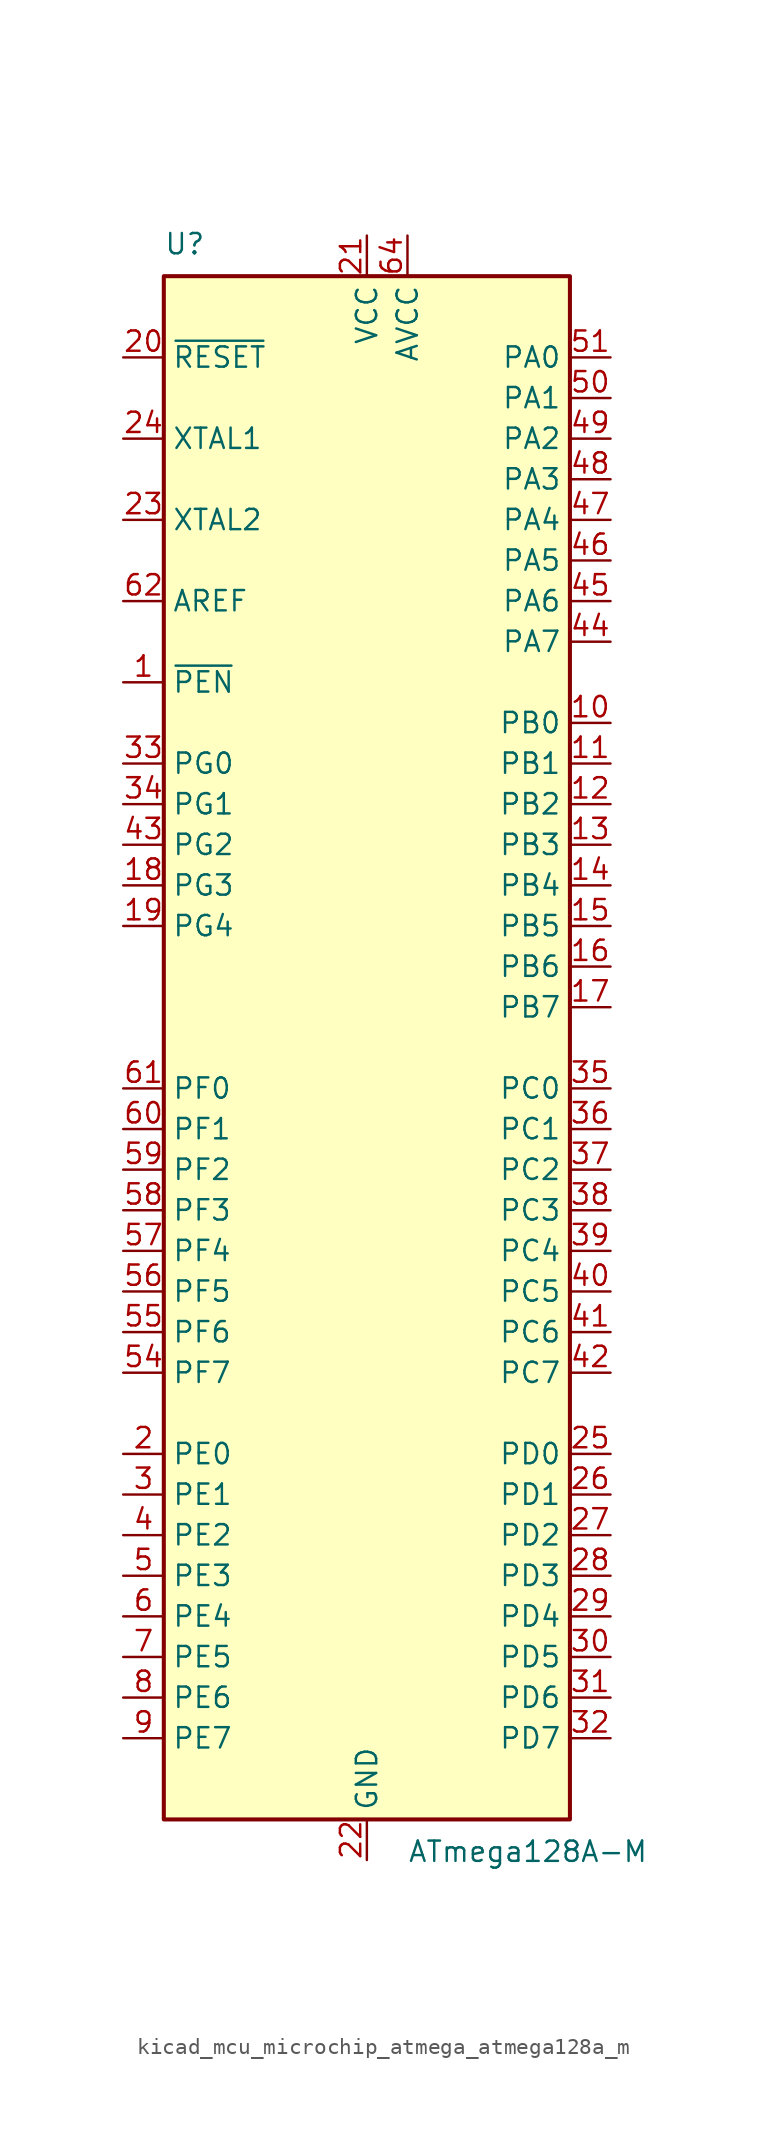
<source format=kicad_sym>
(kicad_symbol_lib
  (version 20220914)
  (generator kicad_symbol_editor)
  (symbol "kicad_mcu_microchip_atmega_atmega128a_m"
    (property "Reference" "U"
      (at -12.7 49.53 0)
      (effects (font (size 1.27 1.27)) (justify left bottom)))
    (property "Value" "ATmega128A-M"
      (at 2.54 -49.53 0)
      (effects (font (size 1.27 1.27)) (justify left top)))
    (symbol "kicad_mcu_microchip_atmega_atmega128a_m_0_1"
      (rectangle (start -12.7 -48.26) (end 12.7 48.26) (stroke (width 0.254) (type default)) (fill (type background))))
    (symbol "kicad_mcu_microchip_atmega_atmega128a_m_1_1"
      (pin input line (at -15.24 22.86 0) (length 2.54) (name "~{PEN}" (effects (font (size 1.27 1.27)))) (number "1" (effects (font (size 1.27 1.27)))))
      (pin bidirectional line (at 15.24 20.32 180) (length 2.54) (name "PB0" (effects (font (size 1.27 1.27)))) (number "10" (effects (font (size 1.27 1.27)))))
      (pin bidirectional line (at 15.24 17.78 180) (length 2.54) (name "PB1" (effects (font (size 1.27 1.27)))) (number "11" (effects (font (size 1.27 1.27)))))
      (pin bidirectional line (at 15.24 15.24 180) (length 2.54) (name "PB2" (effects (font (size 1.27 1.27)))) (number "12" (effects (font (size 1.27 1.27)))))
      (pin bidirectional line (at 15.24 12.7 180) (length 2.54) (name "PB3" (effects (font (size 1.27 1.27)))) (number "13" (effects (font (size 1.27 1.27)))))
      (pin bidirectional line (at 15.24 10.16 180) (length 2.54) (name "PB4" (effects (font (size 1.27 1.27)))) (number "14" (effects (font (size 1.27 1.27)))))
      (pin bidirectional line (at 15.24 7.62 180) (length 2.54) (name "PB5" (effects (font (size 1.27 1.27)))) (number "15" (effects (font (size 1.27 1.27)))))
      (pin bidirectional line (at 15.24 5.08 180) (length 2.54) (name "PB6" (effects (font (size 1.27 1.27)))) (number "16" (effects (font (size 1.27 1.27)))))
      (pin bidirectional line (at 15.24 2.54 180) (length 2.54) (name "PB7" (effects (font (size 1.27 1.27)))) (number "17" (effects (font (size 1.27 1.27)))))
      (pin bidirectional line (at -15.24 10.16 0) (length 2.54) (name "PG3" (effects (font (size 1.27 1.27)))) (number "18" (effects (font (size 1.27 1.27)))))
      (pin bidirectional line (at -15.24 7.62 0) (length 2.54) (name "PG4" (effects (font (size 1.27 1.27)))) (number "19" (effects (font (size 1.27 1.27)))))
      (pin bidirectional line (at -15.24 -25.4 0) (length 2.54) (name "PE0" (effects (font (size 1.27 1.27)))) (number "2" (effects (font (size 1.27 1.27)))))
      (pin input line (at -15.24 43.18 0) (length 2.54) (name "~{RESET}" (effects (font (size 1.27 1.27)))) (number "20" (effects (font (size 1.27 1.27)))))
      (pin power_in line (at 0 50.8 270) (length 2.54) (name "VCC" (effects (font (size 1.27 1.27)))) (number "21" (effects (font (size 1.27 1.27)))))
      (pin power_in line (at 0 -50.8 90) (length 2.54) (name "GND" (effects (font (size 1.27 1.27)))) (number "22" (effects (font (size 1.27 1.27)))))
      (pin output line (at -15.24 33.02 0) (length 2.54) (name "XTAL2" (effects (font (size 1.27 1.27)))) (number "23" (effects (font (size 1.27 1.27)))))
      (pin input line (at -15.24 38.1 0) (length 2.54) (name "XTAL1" (effects (font (size 1.27 1.27)))) (number "24" (effects (font (size 1.27 1.27)))))
      (pin bidirectional line (at 15.24 -25.4 180) (length 2.54) (name "PD0" (effects (font (size 1.27 1.27)))) (number "25" (effects (font (size 1.27 1.27)))))
      (pin bidirectional line (at 15.24 -27.94 180) (length 2.54) (name "PD1" (effects (font (size 1.27 1.27)))) (number "26" (effects (font (size 1.27 1.27)))))
      (pin bidirectional line (at 15.24 -30.48 180) (length 2.54) (name "PD2" (effects (font (size 1.27 1.27)))) (number "27" (effects (font (size 1.27 1.27)))))
      (pin bidirectional line (at 15.24 -33.02 180) (length 2.54) (name "PD3" (effects (font (size 1.27 1.27)))) (number "28" (effects (font (size 1.27 1.27)))))
      (pin bidirectional line (at 15.24 -35.56 180) (length 2.54) (name "PD4" (effects (font (size 1.27 1.27)))) (number "29" (effects (font (size 1.27 1.27)))))
      (pin bidirectional line (at -15.24 -27.94 0) (length 2.54) (name "PE1" (effects (font (size 1.27 1.27)))) (number "3" (effects (font (size 1.27 1.27)))))
      (pin bidirectional line (at 15.24 -38.1 180) (length 2.54) (name "PD5" (effects (font (size 1.27 1.27)))) (number "30" (effects (font (size 1.27 1.27)))))
      (pin bidirectional line (at 15.24 -40.64 180) (length 2.54) (name "PD6" (effects (font (size 1.27 1.27)))) (number "31" (effects (font (size 1.27 1.27)))))
      (pin bidirectional line (at 15.24 -43.18 180) (length 2.54) (name "PD7" (effects (font (size 1.27 1.27)))) (number "32" (effects (font (size 1.27 1.27)))))
      (pin bidirectional line (at -15.24 17.78 0) (length 2.54) (name "PG0" (effects (font (size 1.27 1.27)))) (number "33" (effects (font (size 1.27 1.27)))))
      (pin bidirectional line (at -15.24 15.24 0) (length 2.54) (name "PG1" (effects (font (size 1.27 1.27)))) (number "34" (effects (font (size 1.27 1.27)))))
      (pin bidirectional line (at 15.24 -2.54 180) (length 2.54) (name "PC0" (effects (font (size 1.27 1.27)))) (number "35" (effects (font (size 1.27 1.27)))))
      (pin bidirectional line (at 15.24 -5.08 180) (length 2.54) (name "PC1" (effects (font (size 1.27 1.27)))) (number "36" (effects (font (size 1.27 1.27)))))
      (pin bidirectional line (at 15.24 -7.62 180) (length 2.54) (name "PC2" (effects (font (size 1.27 1.27)))) (number "37" (effects (font (size 1.27 1.27)))))
      (pin bidirectional line (at 15.24 -10.16 180) (length 2.54) (name "PC3" (effects (font (size 1.27 1.27)))) (number "38" (effects (font (size 1.27 1.27)))))
      (pin bidirectional line (at 15.24 -12.7 180) (length 2.54) (name "PC4" (effects (font (size 1.27 1.27)))) (number "39" (effects (font (size 1.27 1.27)))))
      (pin bidirectional line (at -15.24 -30.48 0) (length 2.54) (name "PE2" (effects (font (size 1.27 1.27)))) (number "4" (effects (font (size 1.27 1.27)))))
      (pin bidirectional line (at 15.24 -15.24 180) (length 2.54) (name "PC5" (effects (font (size 1.27 1.27)))) (number "40" (effects (font (size 1.27 1.27)))))
      (pin bidirectional line (at 15.24 -17.78 180) (length 2.54) (name "PC6" (effects (font (size 1.27 1.27)))) (number "41" (effects (font (size 1.27 1.27)))))
      (pin bidirectional line (at 15.24 -20.32 180) (length 2.54) (name "PC7" (effects (font (size 1.27 1.27)))) (number "42" (effects (font (size 1.27 1.27)))))
      (pin bidirectional line (at -15.24 12.7 0) (length 2.54) (name "PG2" (effects (font (size 1.27 1.27)))) (number "43" (effects (font (size 1.27 1.27)))))
      (pin bidirectional line (at 15.24 25.4 180) (length 2.54) (name "PA7" (effects (font (size 1.27 1.27)))) (number "44" (effects (font (size 1.27 1.27)))))
      (pin bidirectional line (at 15.24 27.94 180) (length 2.54) (name "PA6" (effects (font (size 1.27 1.27)))) (number "45" (effects (font (size 1.27 1.27)))))
      (pin bidirectional line (at 15.24 30.48 180) (length 2.54) (name "PA5" (effects (font (size 1.27 1.27)))) (number "46" (effects (font (size 1.27 1.27)))))
      (pin bidirectional line (at 15.24 33.02 180) (length 2.54) (name "PA4" (effects (font (size 1.27 1.27)))) (number "47" (effects (font (size 1.27 1.27)))))
      (pin bidirectional line (at 15.24 35.56 180) (length 2.54) (name "PA3" (effects (font (size 1.27 1.27)))) (number "48" (effects (font (size 1.27 1.27)))))
      (pin bidirectional line (at 15.24 38.1 180) (length 2.54) (name "PA2" (effects (font (size 1.27 1.27)))) (number "49" (effects (font (size 1.27 1.27)))))
      (pin bidirectional line (at -15.24 -33.02 0) (length 2.54) (name "PE3" (effects (font (size 1.27 1.27)))) (number "5" (effects (font (size 1.27 1.27)))))
      (pin bidirectional line (at 15.24 40.64 180) (length 2.54) (name "PA1" (effects (font (size 1.27 1.27)))) (number "50" (effects (font (size 1.27 1.27)))))
      (pin bidirectional line (at 15.24 43.18 180) (length 2.54) (name "PA0" (effects (font (size 1.27 1.27)))) (number "51" (effects (font (size 1.27 1.27)))))
      (pin passive line (at 0 50.8 270) (length 2.54) hide (name "VCC" (effects (font (size 1.27 1.27)))) (number "52" (effects (font (size 1.27 1.27)))))
      (pin passive line (at 0 -50.8 90) (length 2.54) hide (name "GND" (effects (font (size 1.27 1.27)))) (number "53" (effects (font (size 1.27 1.27)))))
      (pin bidirectional line (at -15.24 -20.32 0) (length 2.54) (name "PF7" (effects (font (size 1.27 1.27)))) (number "54" (effects (font (size 1.27 1.27)))))
      (pin bidirectional line (at -15.24 -17.78 0) (length 2.54) (name "PF6" (effects (font (size 1.27 1.27)))) (number "55" (effects (font (size 1.27 1.27)))))
      (pin bidirectional line (at -15.24 -15.24 0) (length 2.54) (name "PF5" (effects (font (size 1.27 1.27)))) (number "56" (effects (font (size 1.27 1.27)))))
      (pin bidirectional line (at -15.24 -12.7 0) (length 2.54) (name "PF4" (effects (font (size 1.27 1.27)))) (number "57" (effects (font (size 1.27 1.27)))))
      (pin bidirectional line (at -15.24 -10.16 0) (length 2.54) (name "PF3" (effects (font (size 1.27 1.27)))) (number "58" (effects (font (size 1.27 1.27)))))
      (pin bidirectional line (at -15.24 -7.62 0) (length 2.54) (name "PF2" (effects (font (size 1.27 1.27)))) (number "59" (effects (font (size 1.27 1.27)))))
      (pin bidirectional line (at -15.24 -35.56 0) (length 2.54) (name "PE4" (effects (font (size 1.27 1.27)))) (number "6" (effects (font (size 1.27 1.27)))))
      (pin bidirectional line (at -15.24 -5.08 0) (length 2.54) (name "PF1" (effects (font (size 1.27 1.27)))) (number "60" (effects (font (size 1.27 1.27)))))
      (pin bidirectional line (at -15.24 -2.54 0) (length 2.54) (name "PF0" (effects (font (size 1.27 1.27)))) (number "61" (effects (font (size 1.27 1.27)))))
      (pin passive line (at -15.24 27.94 0) (length 2.54) (name "AREF" (effects (font (size 1.27 1.27)))) (number "62" (effects (font (size 1.27 1.27)))))
      (pin passive line (at 0 -50.8 90) (length 2.54) hide (name "GND" (effects (font (size 1.27 1.27)))) (number "63" (effects (font (size 1.27 1.27)))))
      (pin power_in line (at 2.54 50.8 270) (length 2.54) (name "AVCC" (effects (font (size 1.27 1.27)))) (number "64" (effects (font (size 1.27 1.27)))))
      (pin passive line (at 0 -50.8 90) (length 2.54) hide (name "GND" (effects (font (size 1.27 1.27)))) (number "65" (effects (font (size 1.27 1.27)))))
      (pin bidirectional line (at -15.24 -38.1 0) (length 2.54) (name "PE5" (effects (font (size 1.27 1.27)))) (number "7" (effects (font (size 1.27 1.27)))))
      (pin bidirectional line (at -15.24 -40.64 0) (length 2.54) (name "PE6" (effects (font (size 1.27 1.27)))) (number "8" (effects (font (size 1.27 1.27)))))
      (pin bidirectional line (at -15.24 -43.18 0) (length 2.54) (name "PE7" (effects (font (size 1.27 1.27)))) (number "9" (effects (font (size 1.27 1.27))))))))
</source>
